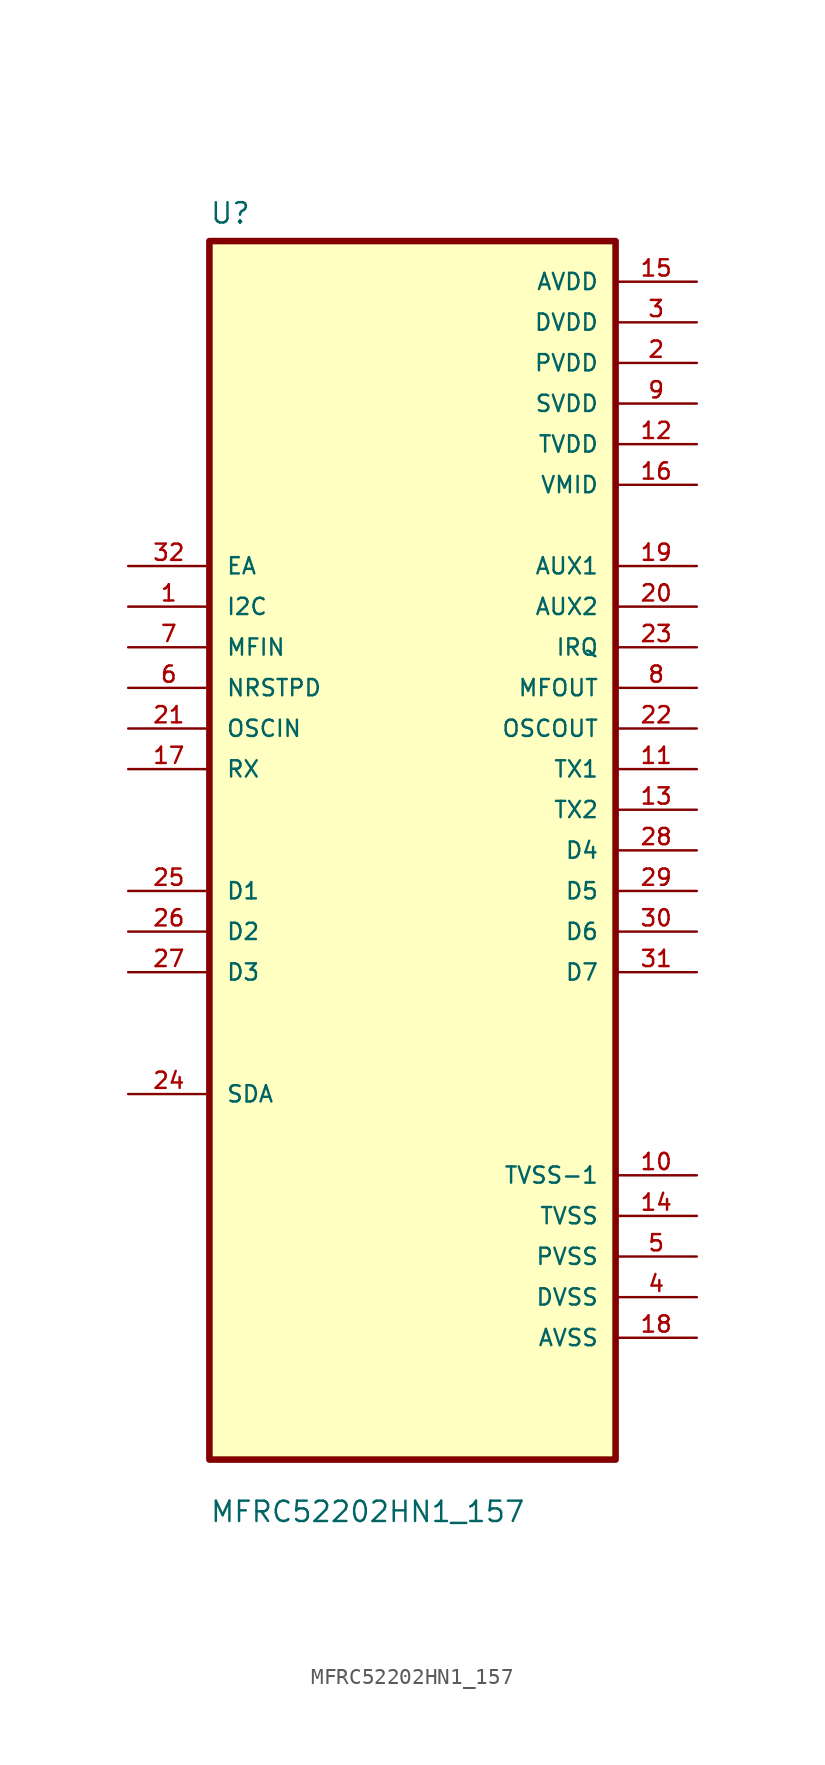
<source format=kicad_sym>
(kicad_symbol_lib
  (version 20211014)
  (generator kicad_symbol_editor)
  (symbol "MFRC52202HN1_157"
    (pin_names
      (offset 1.016))
    (property "Reference" "U"
      (at -12.7 39.1 0.0)
      (effects (font (size 1.27 1.27)) (justify bottom left)))
    (property "Value" "MFRC52202HN1_157"
      (at -12.7 -42.1 0.0)
      (effects (font (size 1.27 1.27)) (justify bottom left)))
    (symbol "MFRC52202HN1_157_0_0"
      (rectangle (start -12.7 -38.1) (end 12.7 38.1) (stroke (width 0.41)) (fill (type background)))
      (pin input line (at -17.78 17.78 0) (length 5.08) (name "EA" (effects (font (size 1.016 1.016)))) (number "32" (effects (font (size 1.016 1.016)))))
      (pin input line (at -17.78 15.24 0) (length 5.08) (name "I2C" (effects (font (size 1.016 1.016)))) (number "1" (effects (font (size 1.016 1.016)))))
      (pin input line (at -17.78 12.7 0) (length 5.08) (name "MFIN" (effects (font (size 1.016 1.016)))) (number "7" (effects (font (size 1.016 1.016)))))
      (pin input line (at -17.78 10.16 0) (length 5.08) (name "NRSTPD" (effects (font (size 1.016 1.016)))) (number "6" (effects (font (size 1.016 1.016)))))
      (pin input line (at -17.78 7.62 0) (length 5.08) (name "OSCIN" (effects (font (size 1.016 1.016)))) (number "21" (effects (font (size 1.016 1.016)))))
      (pin input line (at -17.78 5.08 0) (length 5.08) (name "RX" (effects (font (size 1.016 1.016)))) (number "17" (effects (font (size 1.016 1.016)))))
      (pin bidirectional line (at -17.78 -2.54 0) (length 5.08) (name "D1" (effects (font (size 1.016 1.016)))) (number "25" (effects (font (size 1.016 1.016)))))
      (pin bidirectional line (at -17.78 -5.08 0) (length 5.08) (name "D2" (effects (font (size 1.016 1.016)))) (number "26" (effects (font (size 1.016 1.016)))))
      (pin bidirectional line (at -17.78 -7.62 0) (length 5.08) (name "D3" (effects (font (size 1.016 1.016)))) (number "27" (effects (font (size 1.016 1.016)))))
      (pin bidirectional line (at -17.78 -15.24 0) (length 5.08) (name "SDA" (effects (font (size 1.016 1.016)))) (number "24" (effects (font (size 1.016 1.016)))))
      (pin power_in line (at 17.78 35.56 180.0) (length 5.08) (name "AVDD" (effects (font (size 1.016 1.016)))) (number "15" (effects (font (size 1.016 1.016)))))
      (pin power_in line (at 17.78 33.02 180.0) (length 5.08) (name "DVDD" (effects (font (size 1.016 1.016)))) (number "3" (effects (font (size 1.016 1.016)))))
      (pin power_in line (at 17.78 30.48 180.0) (length 5.08) (name "PVDD" (effects (font (size 1.016 1.016)))) (number "2" (effects (font (size 1.016 1.016)))))
      (pin power_in line (at 17.78 27.94 180.0) (length 5.08) (name "SVDD" (effects (font (size 1.016 1.016)))) (number "9" (effects (font (size 1.016 1.016)))))
      (pin power_in line (at 17.78 25.4 180.0) (length 5.08) (name "TVDD" (effects (font (size 1.016 1.016)))) (number "12" (effects (font (size 1.016 1.016)))))
      (pin power_in line (at 17.78 22.86 180.0) (length 5.08) (name "VMID" (effects (font (size 1.016 1.016)))) (number "16" (effects (font (size 1.016 1.016)))))
      (pin output line (at 17.78 17.78 180.0) (length 5.08) (name "AUX1" (effects (font (size 1.016 1.016)))) (number "19" (effects (font (size 1.016 1.016)))))
      (pin output line (at 17.78 15.24 180.0) (length 5.08) (name "AUX2" (effects (font (size 1.016 1.016)))) (number "20" (effects (font (size 1.016 1.016)))))
      (pin output line (at 17.78 12.7 180.0) (length 5.08) (name "IRQ" (effects (font (size 1.016 1.016)))) (number "23" (effects (font (size 1.016 1.016)))))
      (pin output line (at 17.78 10.16 180.0) (length 5.08) (name "MFOUT" (effects (font (size 1.016 1.016)))) (number "8" (effects (font (size 1.016 1.016)))))
      (pin output line (at 17.78 7.62 180.0) (length 5.08) (name "OSCOUT" (effects (font (size 1.016 1.016)))) (number "22" (effects (font (size 1.016 1.016)))))
      (pin output line (at 17.78 5.08 180.0) (length 5.08) (name "TX1" (effects (font (size 1.016 1.016)))) (number "11" (effects (font (size 1.016 1.016)))))
      (pin output line (at 17.78 2.54 180.0) (length 5.08) (name "TX2" (effects (font (size 1.016 1.016)))) (number "13" (effects (font (size 1.016 1.016)))))
      (pin bidirectional line (at 17.78 1.06581410364e-14 180.0) (length 5.08) (name "D4" (effects (font (size 1.016 1.016)))) (number "28" (effects (font (size 1.016 1.016)))))
      (pin bidirectional line (at 17.78 -2.54 180.0) (length 5.08) (name "D5" (effects (font (size 1.016 1.016)))) (number "29" (effects (font (size 1.016 1.016)))))
      (pin bidirectional line (at 17.78 -5.08 180.0) (length 5.08) (name "D6" (effects (font (size 1.016 1.016)))) (number "30" (effects (font (size 1.016 1.016)))))
      (pin bidirectional line (at 17.78 -7.62 180.0) (length 5.08) (name "D7" (effects (font (size 1.016 1.016)))) (number "31" (effects (font (size 1.016 1.016)))))
      (pin power_in line (at 17.78 -20.32 180.0) (length 5.08) (name "TVSS-1" (effects (font (size 1.016 1.016)))) (number "10" (effects (font (size 1.016 1.016)))))
      (pin power_in line (at 17.78 -22.86 180.0) (length 5.08) (name "TVSS" (effects (font (size 1.016 1.016)))) (number "14" (effects (font (size 1.016 1.016)))))
      (pin power_in line (at 17.78 -25.4 180.0) (length 5.08) (name "PVSS" (effects (font (size 1.016 1.016)))) (number "5" (effects (font (size 1.016 1.016)))))
      (pin power_in line (at 17.78 -27.94 180.0) (length 5.08) (name "DVSS" (effects (font (size 1.016 1.016)))) (number "4" (effects (font (size 1.016 1.016)))))
      (pin power_in line (at 17.78 -30.48 180.0) (length 5.08) (name "AVSS" (effects (font (size 1.016 1.016)))) (number "18" (effects (font (size 1.016 1.016))))))))
</source>
